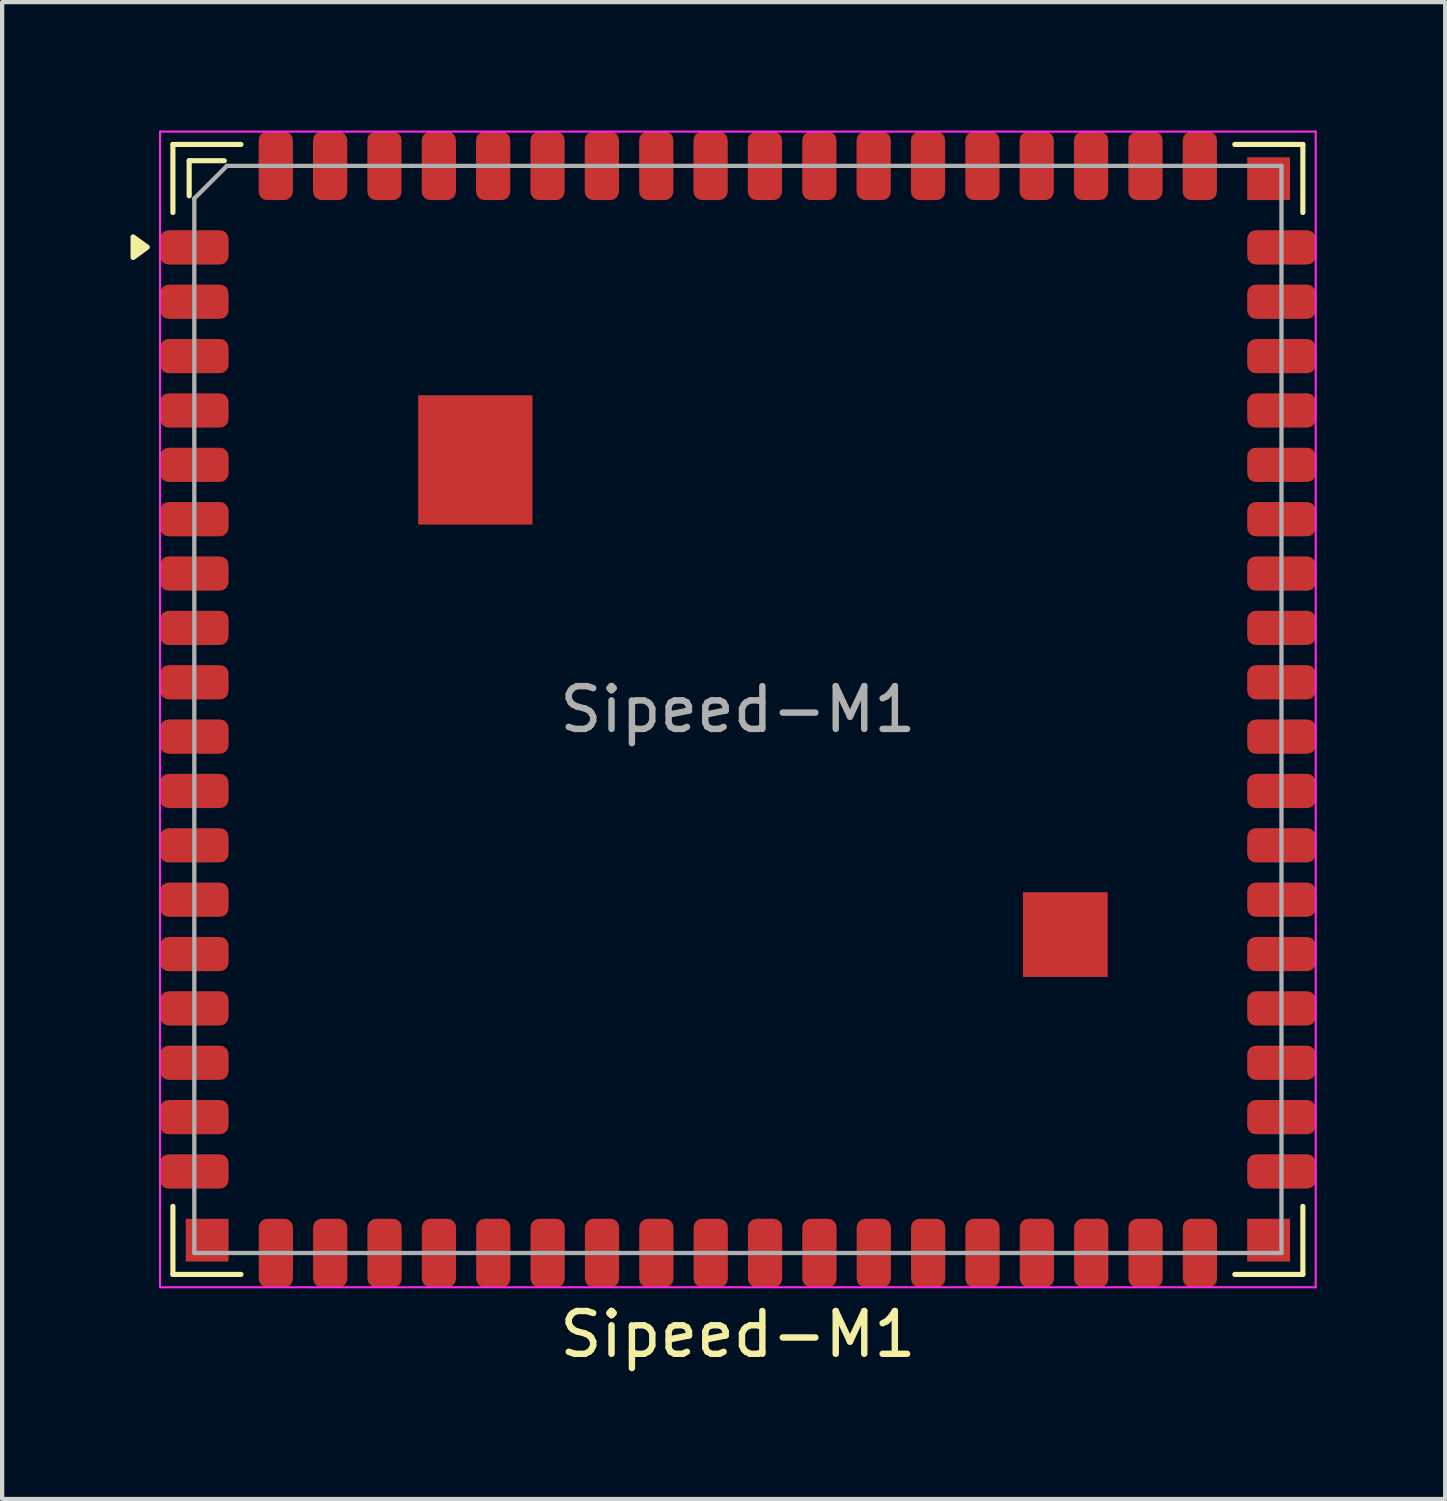
<source format=kicad_pcb>
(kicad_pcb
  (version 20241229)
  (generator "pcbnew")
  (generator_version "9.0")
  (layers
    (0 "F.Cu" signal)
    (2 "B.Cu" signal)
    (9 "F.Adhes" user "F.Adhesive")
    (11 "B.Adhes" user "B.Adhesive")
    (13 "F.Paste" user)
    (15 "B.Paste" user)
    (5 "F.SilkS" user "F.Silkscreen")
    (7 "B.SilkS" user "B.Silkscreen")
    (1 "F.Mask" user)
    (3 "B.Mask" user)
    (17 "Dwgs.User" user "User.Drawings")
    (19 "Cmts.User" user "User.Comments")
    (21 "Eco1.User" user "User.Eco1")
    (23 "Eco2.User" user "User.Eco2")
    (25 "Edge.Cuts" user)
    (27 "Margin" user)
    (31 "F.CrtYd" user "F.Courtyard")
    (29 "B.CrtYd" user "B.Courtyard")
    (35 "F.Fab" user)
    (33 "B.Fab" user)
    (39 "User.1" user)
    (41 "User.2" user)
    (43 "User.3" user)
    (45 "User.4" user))
  (footprint "Sipeed-M1"
    (layer "F.Cu")
    (at 14.19 13.525)
    (property "Reference" "Sipeed-M1" (at 0 14.6 0) (layer "F.SilkS") (effects (font (size 1 1) (thickness 0.15))))
    (attr smd)
    (fp_line (start -13.2 -13.2) (end -13.2 -11.61) (stroke (width 0.12) (type solid)) (layer "F.SilkS"))
    (fp_line (start -13.2 13.2) (end -13.2 11.61) (stroke (width 0.12) (type solid)) (layer "F.SilkS"))
    (fp_line (start -12.82 -12.82) (end -12.82 -12) (stroke (width 0.12) (type solid)) (layer "F.SilkS"))
    (fp_line (start -12 -12.82) (end -12.82 -12.82) (stroke (width 0.12) (type solid)) (layer "F.SilkS"))
    (fp_line (start -11.61 -13.2) (end -13.2 -13.2) (stroke (width 0.12) (type solid)) (layer "F.SilkS"))
    (fp_line (start -11.61 13.2) (end -13.2 13.2) (stroke (width 0.12) (type solid)) (layer "F.SilkS"))
    (fp_line (start 11.61 13.2) (end 13.2 13.2) (stroke (width 0.12) (type solid)) (layer "F.SilkS"))
    (fp_line (start 13.2 -13.2) (end 11.61 -13.2) (stroke (width 0.12) (type solid)) (layer "F.SilkS"))
    (fp_line (start 13.2 -11.61) (end 13.2 -13.2) (stroke (width 0.12) (type solid)) (layer "F.SilkS"))
    (fp_line (start 13.2 13.2) (end 13.2 11.61) (stroke (width 0.12) (type solid)) (layer "F.SilkS"))
    (fp_poly (pts (xy -13.8 -10.8) (xy -14.13 -10.56) (xy -14.13 -11.04) (xy -13.8 -10.8)) (stroke (width 0.12) (type solid)) (fill yes) (layer "F.SilkS"))
    (fp_line (start -13.5 -13.5) (end 13.5 -13.5) (stroke (width 0.05) (type solid)) (layer "F.CrtYd"))
    (fp_line (start -13.5 13.5) (end -13.5 -13.5) (stroke (width 0.05) (type solid)) (layer "F.CrtYd"))
    (fp_line (start 13.5 -13.5) (end 13.5 13.5) (stroke (width 0.05) (type solid)) (layer "F.CrtYd"))
    (fp_line (start 13.5 13.5) (end -13.5 13.5) (stroke (width 0.05) (type solid)) (layer "F.CrtYd"))
    (fp_line (start -12.7 -11.938) (end -11.938 -12.7) (stroke (width 0.1) (type solid)) (layer "F.Fab"))
    (fp_line (start -12.7 12.7) (end -12.7 -11.938) (stroke (width 0.1) (type solid)) (layer "F.Fab"))
    (fp_line (start -11.938 -12.7) (end 12.7 -12.7) (stroke (width 0.1) (type solid)) (layer "F.Fab"))
    (fp_line (start 12.7 -12.7) (end 12.7 12.7) (stroke (width 0.1) (type solid)) (layer "F.Fab"))
    (fp_line (start 12.7 12.7) (end -12.7 12.7) (stroke (width 0.1) (type solid)) (layer "F.Fab"))
    (fp_text user "${REFERENCE}" (at 0 0 0) (layer "F.Fab") (effects (font (size 1 1) (thickness 0.15))))
    (pad "" smd rect (at -12.4 12.4 90) (size 1 1) (layers "F.Cu" "F.Mask" "F.Paste"))
    (pad "" smd roundrect (at -6.8 -6.582) (size 1.18 1.355) (layers "F.Paste") (roundrect_rratio 0.25))
    (pad "" smd roundrect (at -6.8 -5.077) (size 1.18 1.355) (layers "F.Paste") (roundrect_rratio 0.25))
    (pad "" smd rect (at -6.135 -5.83) (size 2.67 3.02) (layers "F.Cu" "F.Mask"))
    (pad "" smd roundrect (at -5.47 -6.582) (size 1.18 1.355) (layers "F.Paste") (roundrect_rratio 0.25))
    (pad "" smd roundrect (at -5.47 -5.077) (size 1.18 1.355) (layers "F.Paste") (roundrect_rratio 0.25))
    (pad "" smd roundrect (at 7.157 4.762) (size 0.835 0.835) (layers "F.Paste") (roundrect_rratio 0.25))
    (pad "" smd roundrect (at 7.157 5.753) (size 0.835 0.835) (layers "F.Paste") (roundrect_rratio 0.25))
    (pad "" smd rect (at 7.65 5.26) (size 1.98 1.98) (layers "F.Cu" "F.Mask"))
    (pad "" smd roundrect (at 8.143 4.762) (size 0.835 0.835) (layers "F.Paste") (roundrect_rratio 0.25))
    (pad "" smd roundrect (at 8.143 5.753) (size 0.835 0.835) (layers "F.Paste") (roundrect_rratio 0.25))
    (pad "" smd rect (at 12.4 -12.4 90) (size 1 1) (layers "F.Cu" "F.Mask" "F.Paste"))
    (pad "" smd rect (at 12.4 12.4 90) (size 1 1) (layers "F.Cu" "F.Mask" "F.Paste"))
    (pad "1" smd roundrect (at -12.7 -10.795) (size 1.6 0.8) (layers "F.Cu" "F.Mask" "F.Paste") (roundrect_rratio 0.25))
    (pad "2" smd roundrect (at -12.7 -9.525) (size 1.6 0.8) (layers "F.Cu" "F.Mask" "F.Paste") (roundrect_rratio 0.25))
    (pad "3" smd roundrect (at -12.7 -8.255) (size 1.6 0.8) (layers "F.Cu" "F.Mask" "F.Paste") (roundrect_rratio 0.25))
    (pad "4" smd roundrect (at -12.7 -6.985) (size 1.6 0.8) (layers "F.Cu" "F.Mask" "F.Paste") (roundrect_rratio 0.25))
    (pad "5" smd roundrect (at -12.7 -5.715) (size 1.6 0.8) (layers "F.Cu" "F.Mask" "F.Paste") (roundrect_rratio 0.25))
    (pad "6" smd roundrect (at -12.7 -4.445) (size 1.6 0.8) (layers "F.Cu" "F.Mask" "F.Paste") (roundrect_rratio 0.25))
    (pad "7" smd roundrect (at -12.7 -3.175) (size 1.6 0.8) (layers "F.Cu" "F.Mask" "F.Paste") (roundrect_rratio 0.25))
    (pad "8" smd roundrect (at -12.7 -1.905) (size 1.6 0.8) (layers "F.Cu" "F.Mask" "F.Paste") (roundrect_rratio 0.25))
    (pad "9" smd roundrect (at -12.7 -0.635) (size 1.6 0.8) (layers "F.Cu" "F.Mask" "F.Paste") (roundrect_rratio 0.25))
    (pad "10" smd roundrect (at -12.7 0.635) (size 1.6 0.8) (layers "F.Cu" "F.Mask" "F.Paste") (roundrect_rratio 0.25))
    (pad "11" smd roundrect (at -12.7 1.905) (size 1.6 0.8) (layers "F.Cu" "F.Mask" "F.Paste") (roundrect_rratio 0.25))
    (pad "12" smd roundrect (at -12.7 3.175) (size 1.6 0.8) (layers "F.Cu" "F.Mask" "F.Paste") (roundrect_rratio 0.25))
    (pad "13" smd roundrect (at -12.7 4.445) (size 1.6 0.8) (layers "F.Cu" "F.Mask" "F.Paste") (roundrect_rratio 0.25))
    (pad "14" smd roundrect (at -12.7 5.715) (size 1.6 0.8) (layers "F.Cu" "F.Mask" "F.Paste") (roundrect_rratio 0.25))
    (pad "15" smd roundrect (at -12.7 6.985) (size 1.6 0.8) (layers "F.Cu" "F.Mask" "F.Paste") (roundrect_rratio 0.25))
    (pad "16" smd roundrect (at -12.7 8.255) (size 1.6 0.8) (layers "F.Cu" "F.Mask" "F.Paste") (roundrect_rratio 0.25))
    (pad "17" smd roundrect (at -12.7 9.525) (size 1.6 0.8) (layers "F.Cu" "F.Mask" "F.Paste") (roundrect_rratio 0.25))
    (pad "18" smd roundrect (at -12.7 10.795) (size 1.6 0.8) (layers "F.Cu" "F.Mask" "F.Paste") (roundrect_rratio 0.25))
    (pad "19" smd roundrect (at -10.795 12.7 90) (size 1.6 0.8) (layers "F.Cu" "F.Mask" "F.Paste") (roundrect_rratio 0.25))
    (pad "20" smd roundrect (at -9.525 12.7 90) (size 1.6 0.8) (layers "F.Cu" "F.Mask" "F.Paste") (roundrect_rratio 0.25))
    (pad "21" smd roundrect (at -8.255 12.7 90) (size 1.6 0.8) (layers "F.Cu" "F.Mask" "F.Paste") (roundrect_rratio 0.25))
    (pad "22" smd roundrect (at -6.985 12.7 90) (size 1.6 0.8) (layers "F.Cu" "F.Mask" "F.Paste") (roundrect_rratio 0.25))
    (pad "23" smd roundrect (at -5.715 12.7 90) (size 1.6 0.8) (layers "F.Cu" "F.Mask" "F.Paste") (roundrect_rratio 0.25))
    (pad "24" smd roundrect (at -4.445 12.7 90) (size 1.6 0.8) (layers "F.Cu" "F.Mask" "F.Paste") (roundrect_rratio 0.25))
    (pad "25" smd roundrect (at -3.175 12.7 90) (size 1.6 0.8) (layers "F.Cu" "F.Mask" "F.Paste") (roundrect_rratio 0.25))
    (pad "26" smd roundrect (at -1.905 12.7 90) (size 1.6 0.8) (layers "F.Cu" "F.Mask" "F.Paste") (roundrect_rratio 0.25))
    (pad "27" smd roundrect (at -0.635 12.7 90) (size 1.6 0.8) (layers "F.Cu" "F.Mask" "F.Paste") (roundrect_rratio 0.25))
    (pad "28" smd roundrect (at 0.635 12.7 90) (size 1.6 0.8) (layers "F.Cu" "F.Mask" "F.Paste") (roundrect_rratio 0.25))
    (pad "29" smd roundrect (at 1.905 12.7 90) (size 1.6 0.8) (layers "F.Cu" "F.Mask" "F.Paste") (roundrect_rratio 0.25))
    (pad "30" smd roundrect (at 3.175 12.7 90) (size 1.6 0.8) (layers "F.Cu" "F.Mask" "F.Paste") (roundrect_rratio 0.25))
    (pad "31" smd roundrect (at 4.445 12.7 90) (size 1.6 0.8) (layers "F.Cu" "F.Mask" "F.Paste") (roundrect_rratio 0.25))
    (pad "32" smd roundrect (at 5.715 12.7 90) (size 1.6 0.8) (layers "F.Cu" "F.Mask" "F.Paste") (roundrect_rratio 0.25))
    (pad "33" smd roundrect (at 6.985 12.7 90) (size 1.6 0.8) (layers "F.Cu" "F.Mask" "F.Paste") (roundrect_rratio 0.25))
    (pad "34" smd roundrect (at 8.255 12.7 90) (size 1.6 0.8) (layers "F.Cu" "F.Mask" "F.Paste") (roundrect_rratio 0.25))
    (pad "35" smd roundrect (at 9.525 12.7 90) (size 1.6 0.8) (layers "F.Cu" "F.Mask" "F.Paste") (roundrect_rratio 0.25))
    (pad "36" smd roundrect (at 10.795 12.7 90) (size 1.6 0.8) (layers "F.Cu" "F.Mask" "F.Paste") (roundrect_rratio 0.25))
    (pad "37" smd roundrect (at 12.7 10.795 180) (size 1.6 0.8) (layers "F.Cu" "F.Mask" "F.Paste") (roundrect_rratio 0.25))
    (pad "38" smd roundrect (at 12.7 9.525 180) (size 1.6 0.8) (layers "F.Cu" "F.Mask" "F.Paste") (roundrect_rratio 0.25))
    (pad "39" smd roundrect (at 12.7 8.255 180) (size 1.6 0.8) (layers "F.Cu" "F.Mask" "F.Paste") (roundrect_rratio 0.25))
    (pad "40" smd roundrect (at 12.7 6.985 180) (size 1.6 0.8) (layers "F.Cu" "F.Mask" "F.Paste") (roundrect_rratio 0.25))
    (pad "41" smd roundrect (at 12.7 5.715 180) (size 1.6 0.8) (layers "F.Cu" "F.Mask" "F.Paste") (roundrect_rratio 0.25))
    (pad "42" smd roundrect (at 12.7 4.445 180) (size 1.6 0.8) (layers "F.Cu" "F.Mask" "F.Paste") (roundrect_rratio 0.25))
    (pad "43" smd roundrect (at 12.7 3.175 180) (size 1.6 0.8) (layers "F.Cu" "F.Mask" "F.Paste") (roundrect_rratio 0.25))
    (pad "44" smd roundrect (at 12.7 1.905 180) (size 1.6 0.8) (layers "F.Cu" "F.Mask" "F.Paste") (roundrect_rratio 0.25))
    (pad "45" smd roundrect (at 12.7 0.635 180) (size 1.6 0.8) (layers "F.Cu" "F.Mask" "F.Paste") (roundrect_rratio 0.25))
    (pad "46" smd roundrect (at 12.7 -0.635 180) (size 1.6 0.8) (layers "F.Cu" "F.Mask" "F.Paste") (roundrect_rratio 0.25))
    (pad "47" smd roundrect (at 12.7 -1.905 180) (size 1.6 0.8) (layers "F.Cu" "F.Mask" "F.Paste") (roundrect_rratio 0.25))
    (pad "48" smd roundrect (at 12.7 -3.175 180) (size 1.6 0.8) (layers "F.Cu" "F.Mask" "F.Paste") (roundrect_rratio 0.25))
    (pad "49" smd roundrect (at 12.7 -4.445 180) (size 1.6 0.8) (layers "F.Cu" "F.Mask" "F.Paste") (roundrect_rratio 0.25))
    (pad "50" smd roundrect (at 12.7 -5.715 180) (size 1.6 0.8) (layers "F.Cu" "F.Mask" "F.Paste") (roundrect_rratio 0.25))
    (pad "51" smd roundrect (at 12.7 -6.985 180) (size 1.6 0.8) (layers "F.Cu" "F.Mask" "F.Paste") (roundrect_rratio 0.25))
    (pad "52" smd roundrect (at 12.7 -8.255 180) (size 1.6 0.8) (layers "F.Cu" "F.Mask" "F.Paste") (roundrect_rratio 0.25))
    (pad "53" smd roundrect (at 12.7 -9.525 180) (size 1.6 0.8) (layers "F.Cu" "F.Mask" "F.Paste") (roundrect_rratio 0.25))
    (pad "54" smd roundrect (at 12.7 -10.795 180) (size 1.6 0.8) (layers "F.Cu" "F.Mask" "F.Paste") (roundrect_rratio 0.25))
    (pad "55" smd roundrect (at 10.793 -12.7 270) (size 1.6 0.8) (layers "F.Cu" "F.Mask" "F.Paste") (roundrect_rratio 0.25))
    (pad "56" smd roundrect (at 9.523 -12.7 270) (size 1.6 0.8) (layers "F.Cu" "F.Mask" "F.Paste") (roundrect_rratio 0.25))
    (pad "57" smd roundrect (at 8.252 -12.7 270) (size 1.6 0.8) (layers "F.Cu" "F.Mask" "F.Paste") (roundrect_rratio 0.25))
    (pad "58" smd roundrect (at 6.982 -12.7 270) (size 1.6 0.8) (layers "F.Cu" "F.Mask" "F.Paste") (roundrect_rratio 0.25))
    (pad "59" smd roundrect (at 5.713 -12.7 270) (size 1.6 0.8) (layers "F.Cu" "F.Mask" "F.Paste") (roundrect_rratio 0.25))
    (pad "60" smd roundrect (at 4.442 -12.7 270) (size 1.6 0.8) (layers "F.Cu" "F.Mask" "F.Paste") (roundrect_rratio 0.25))
    (pad "61" smd roundrect (at 3.172 -12.7 270) (size 1.6 0.8) (layers "F.Cu" "F.Mask" "F.Paste") (roundrect_rratio 0.25))
    (pad "62" smd roundrect (at 1.903 -12.7 270) (size 1.6 0.8) (layers "F.Cu" "F.Mask" "F.Paste") (roundrect_rratio 0.25))
    (pad "63" smd roundrect (at 0.632 -12.7 270) (size 1.6 0.8) (layers "F.Cu" "F.Mask" "F.Paste") (roundrect_rratio 0.25))
    (pad "64" smd roundrect (at -0.637 -12.7 270) (size 1.6 0.8) (layers "F.Cu" "F.Mask" "F.Paste") (roundrect_rratio 0.25))
    (pad "65" smd roundrect (at -1.907 -12.7 270) (size 1.6 0.8) (layers "F.Cu" "F.Mask" "F.Paste") (roundrect_rratio 0.25))
    (pad "66" smd roundrect (at -3.178 -12.7 270) (size 1.6 0.8) (layers "F.Cu" "F.Mask" "F.Paste") (roundrect_rratio 0.25))
    (pad "67" smd roundrect (at -4.447 -12.7 270) (size 1.6 0.8) (layers "F.Cu" "F.Mask" "F.Paste") (roundrect_rratio 0.25))
    (pad "68" smd roundrect (at -5.718 -12.7 270) (size 1.6 0.8) (layers "F.Cu" "F.Mask" "F.Paste") (roundrect_rratio 0.25))
    (pad "69" smd roundrect (at -6.987 -12.7 270) (size 1.6 0.8) (layers "F.Cu" "F.Mask" "F.Paste") (roundrect_rratio 0.25))
    (pad "70" smd roundrect (at -8.258 -12.7 270) (size 1.6 0.8) (layers "F.Cu" "F.Mask" "F.Paste") (roundrect_rratio 0.25))
    (pad "71" smd roundrect (at -9.527 -12.7 270) (size 1.6 0.8) (layers "F.Cu" "F.Mask" "F.Paste") (roundrect_rratio 0.25))
    (pad "72" smd roundrect (at -10.797 -12.7 270) (size 1.6 0.8) (layers "F.Cu" "F.Mask" "F.Paste") (roundrect_rratio 0.25)))
  (gr_rect
    (start -3 -3)
    (end 30.715 31.973)
    (stroke (width 0.1) (type default))
    (fill no)
    (layer "Edge.Cuts")))
</source>
